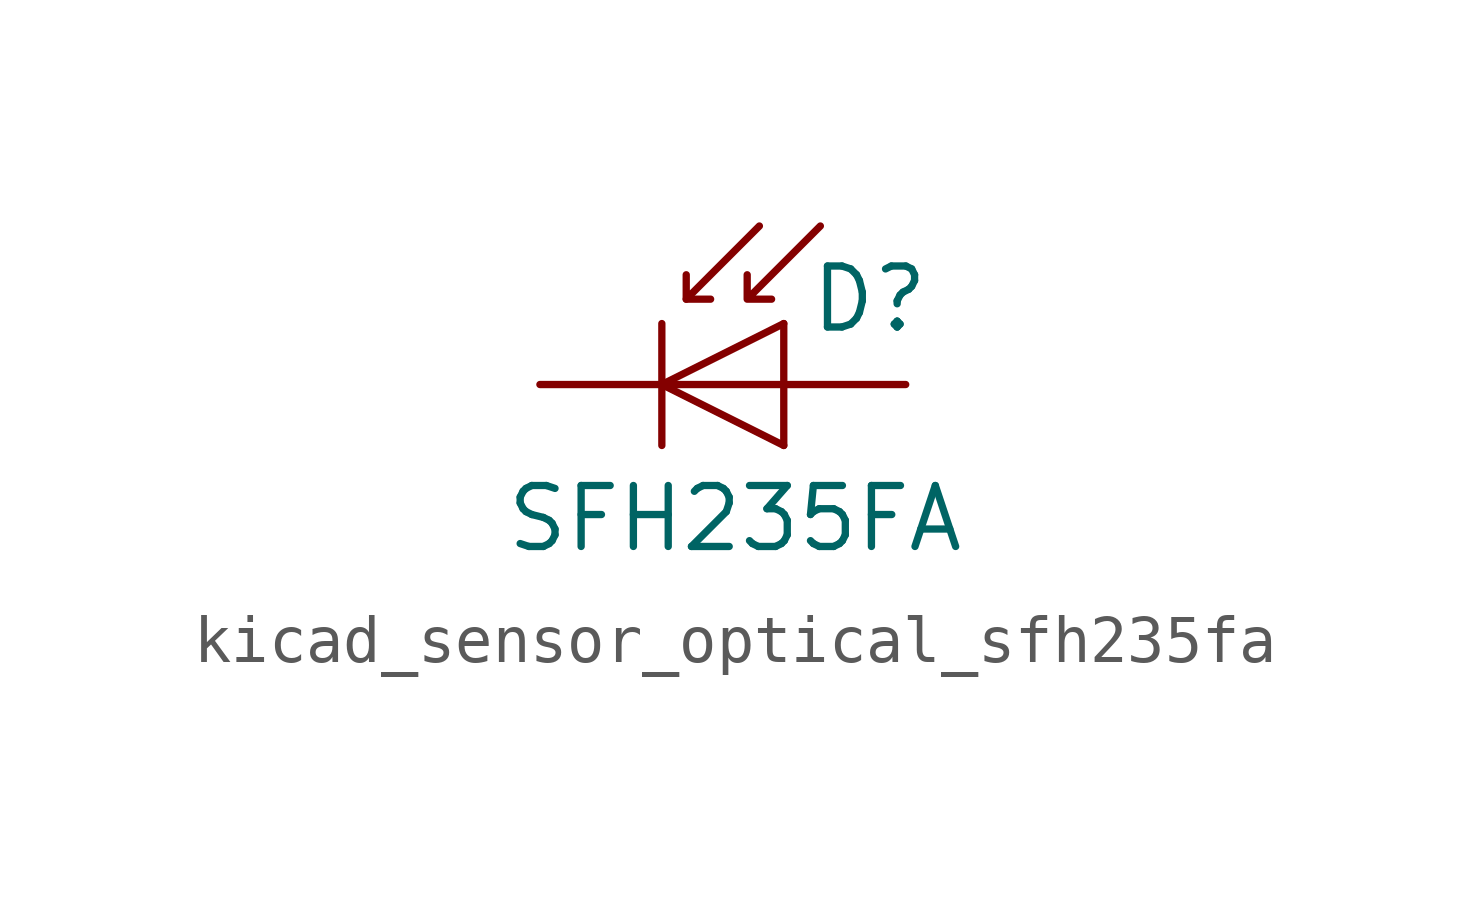
<source format=kicad_sym>
(kicad_symbol_lib
  (version 20220914)
  (generator kicad_symbol_editor)
  (symbol "kicad_sensor_optical_sfh235fa"
    (pin_numbers hide)
    (pin_names hide)
    (property "Reference" "D"
      (at 0.508 1.778 0)
      (effects (font (size 1.27 1.27)) (justify left)))
    (property "Value" "SFH235FA"
      (at -1.016 -2.794 0)
      (effects (font (size 1.27 1.27))))
    (symbol "kicad_sensor_optical_sfh235fa_0_1"
      (polyline (pts (xy -2.54 1.27) (xy -2.54 -1.27)) (stroke (width 0.152) (type default)) (fill (type none)))
      (polyline (pts (xy -2.032 1.778) (xy -1.524 1.778)) (stroke (width 0) (type default)) (fill (type none)))
      (polyline (pts (xy 0 -1.27) (xy 0 1.27)) (stroke (width 0) (type default)) (fill (type none)))
      (polyline (pts (xy 0 0) (xy -2.54 0)) (stroke (width 0) (type default)) (fill (type none)))
      (polyline (pts (xy -0.508 3.302) (xy -2.032 1.778) (xy -2.032 2.286)) (stroke (width 0) (type default)) (fill (type none)))
      (polyline (pts (xy 0 1.27) (xy -2.54 0) (xy 0 -1.27)) (stroke (width 0) (type default)) (fill (type none)))
      (polyline (pts (xy 0.762 3.302) (xy -0.762 1.778) (xy -0.762 2.286) (xy -0.762 1.778) (xy -0.254 1.778)) (stroke (width 0) (type default)) (fill (type none))))
    (symbol "kicad_sensor_optical_sfh235fa_1_1"
      (pin passive line (at -5.08 0 0) (length 2.54) (name "K" (effects (font (size 1.27 1.27)))) (number "1" (effects (font (size 1.27 1.27)))))
      (pin passive line (at 2.54 0 180) (length 2.54) (name "A" (effects (font (size 1.27 1.27)))) (number "2" (effects (font (size 1.27 1.27))))))))
</source>
